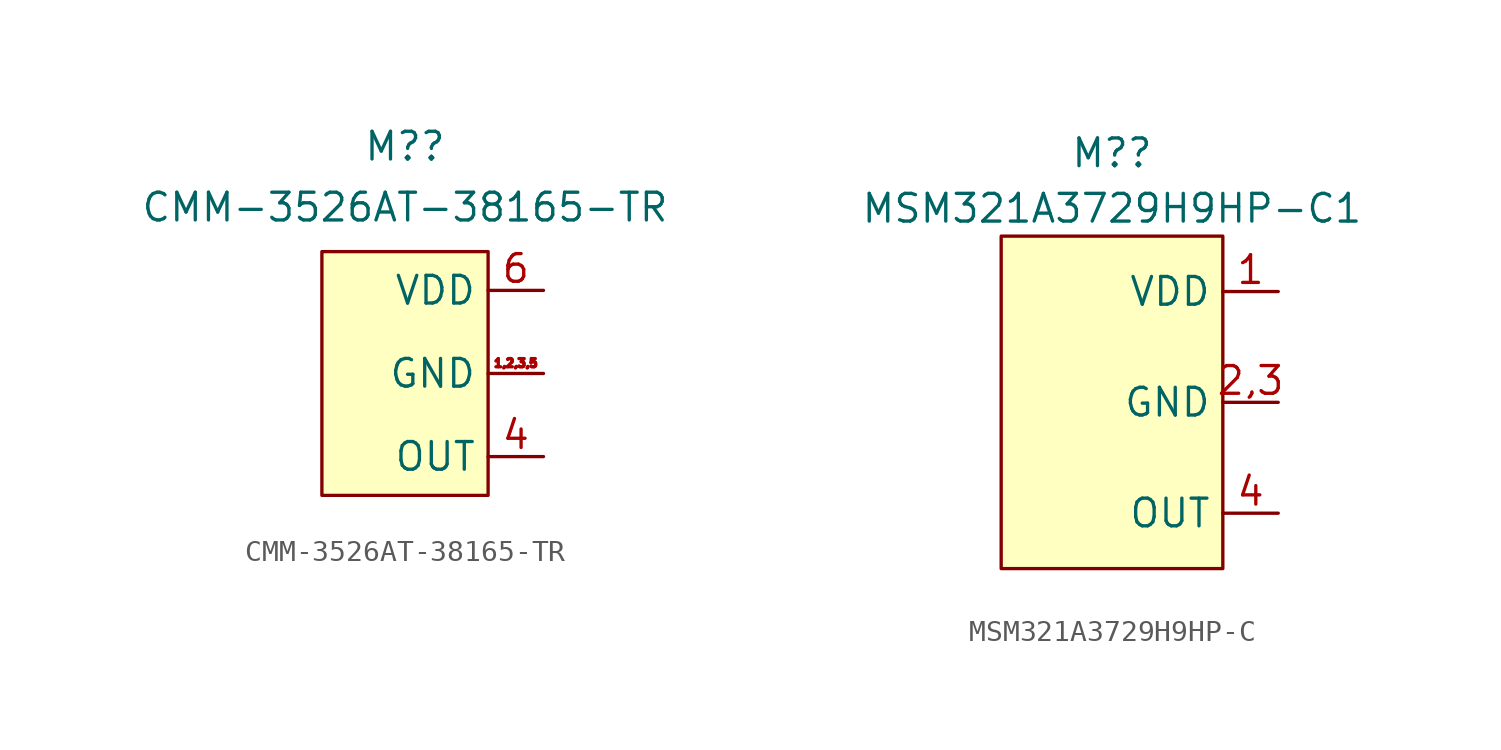
<source format=kicad_sym>
(kicad_symbol_lib
  (version 20231120)
  (generator "kicad_symbol_editor")
  (generator_version "8.0")
  (symbol "CMM-3526AT-38165-TR"
    (property "Reference" "M?"
      (at 0 10.414 0)
      (effects (font (size 1.27 1.27))))
    (property "Value" "CMM-3526AT-38165-TR"
      (at 0 7.62 0)
      (effects (font (size 1.27 1.27))))
    (symbol "CMM-3526AT-38165-TR_1_1"
      (rectangle (start -3.81 5.588) (end 3.81 -5.588) (stroke (width 0) (type default)) (fill (type background)))
      (pin power_in line (at 6.35 0 180) (length 2.54) (name "GND" (effects (font (size 1.27 1.27)))) (number "1,2,3,5" (effects (font (size 0.375 0.375)))))
      (pin output line (at 6.35 -3.81 180) (length 2.54) (name "OUT" (effects (font (size 1.27 1.27)))) (number "4" (effects (font (size 1.27 1.27)))))
      (pin power_in line (at 6.35 3.81 180) (length 2.54) (name "VDD" (effects (font (size 1.27 1.27)))) (number "6" (effects (font (size 1.27 1.27)))))))
  (symbol "MSM321A3729H9HP-C"
    (property "Reference" "M?"
      (at 0 11.43 0)
      (effects (font (size 1.27 1.27))))
    (property "Value" "MSM321A3729H9HP-C1"
      (at 0 8.89 0)
      (effects (font (size 1.27 1.27))))
    (symbol "MSM321A3729H9HP-C_1_1"
      (rectangle (start -5.08 7.62) (end 5.08 -7.62) (stroke (width 0) (type default)) (fill (type background)))
      (pin power_in line (at 7.62 5.08 180) (length 2.54) (name "VDD" (effects (font (size 1.27 1.27)))) (number "1" (effects (font (size 1.27 1.27)))))
      (pin power_in line (at 7.62 0 180) (length 2.54) (name "GND" (effects (font (size 1.27 1.27)))) (number "2,3" (effects (font (size 1.27 1.27)))))
      (pin output line (at 7.62 -5.08 180) (length 2.54) (name "OUT" (effects (font (size 1.27 1.27)))) (number "4" (effects (font (size 1.27 1.27))))))))
</source>
